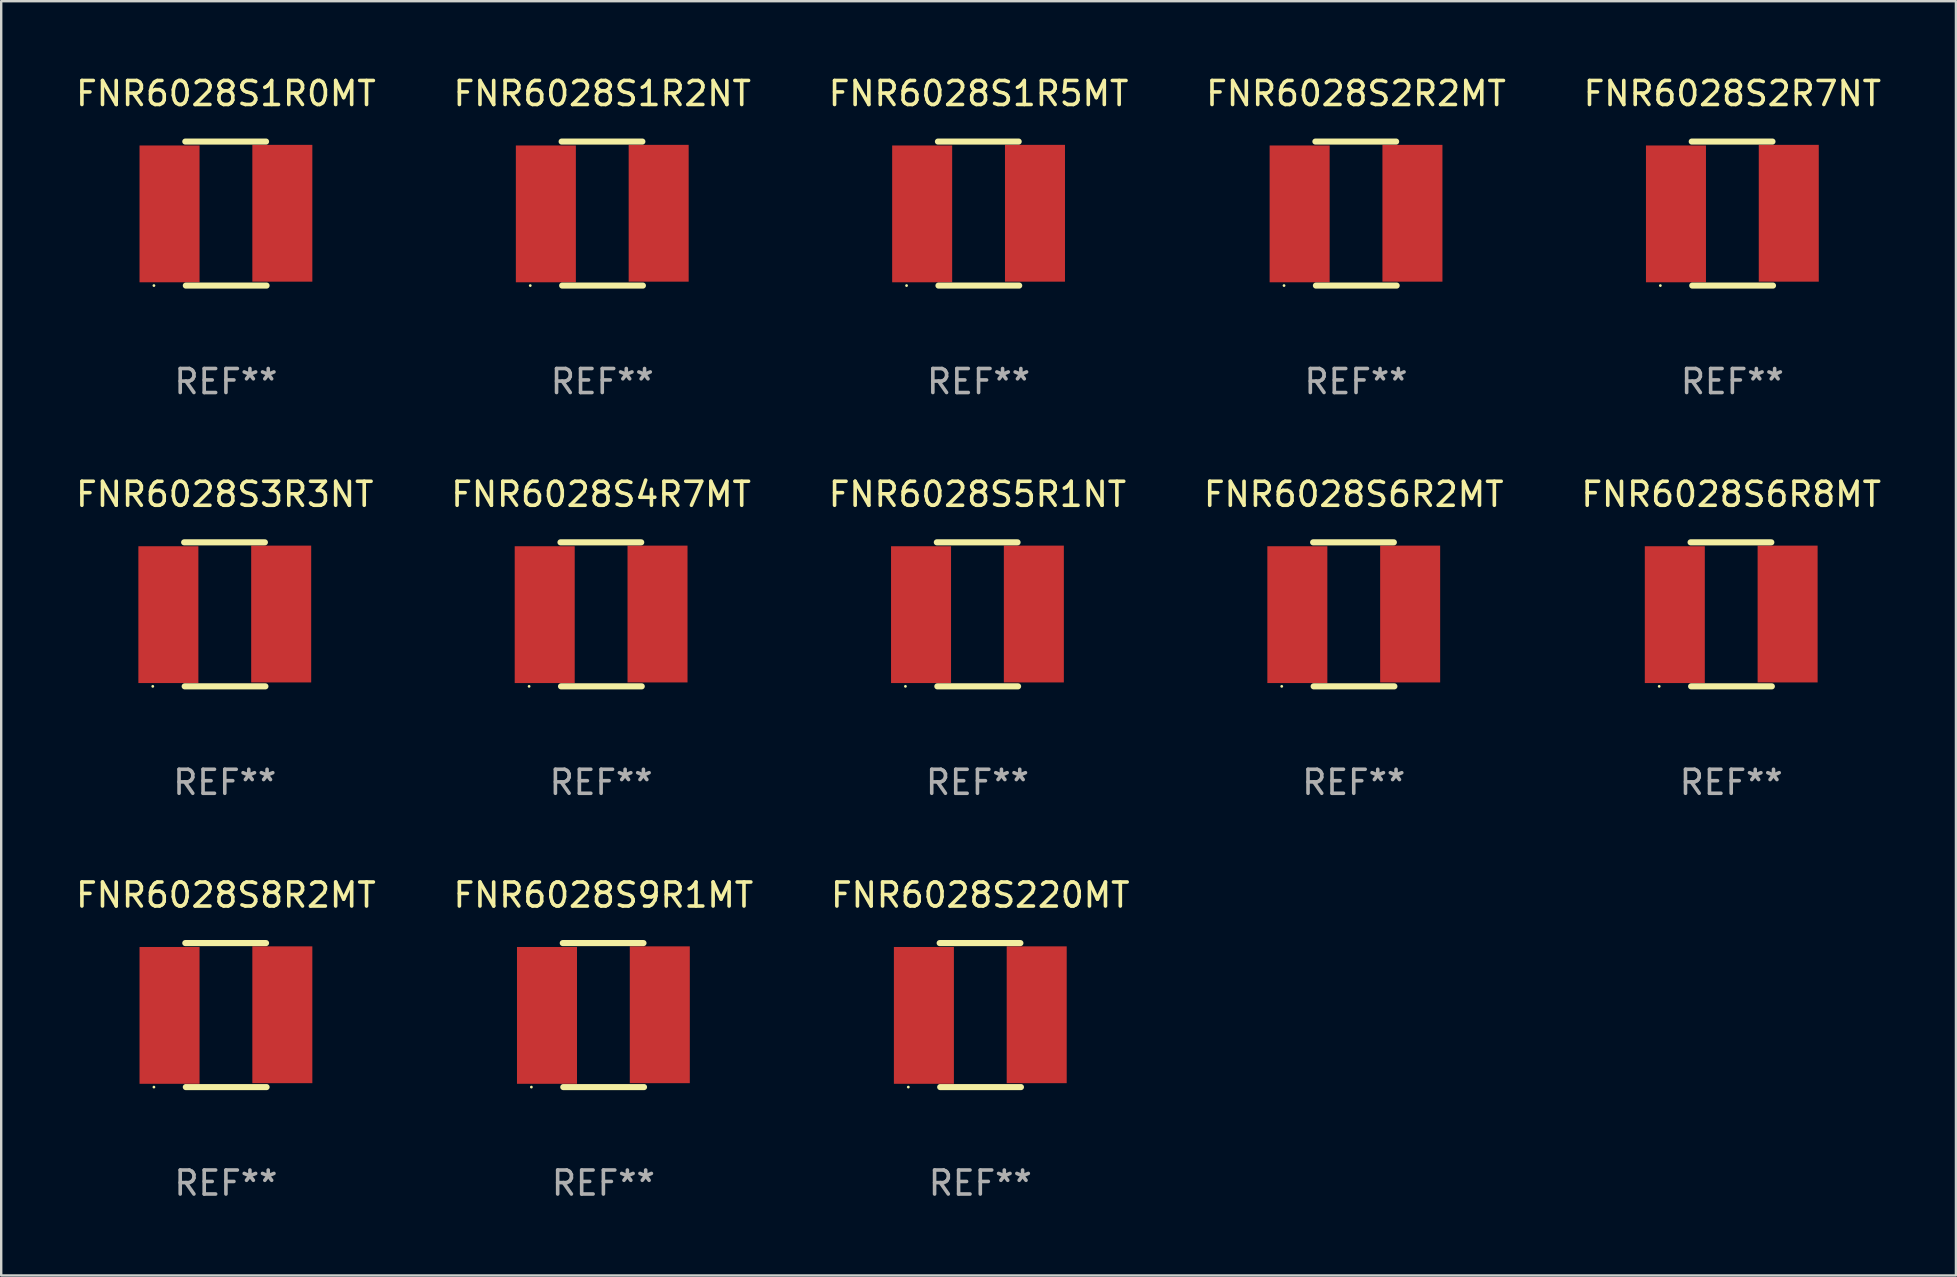
<source format=kicad_pcb>
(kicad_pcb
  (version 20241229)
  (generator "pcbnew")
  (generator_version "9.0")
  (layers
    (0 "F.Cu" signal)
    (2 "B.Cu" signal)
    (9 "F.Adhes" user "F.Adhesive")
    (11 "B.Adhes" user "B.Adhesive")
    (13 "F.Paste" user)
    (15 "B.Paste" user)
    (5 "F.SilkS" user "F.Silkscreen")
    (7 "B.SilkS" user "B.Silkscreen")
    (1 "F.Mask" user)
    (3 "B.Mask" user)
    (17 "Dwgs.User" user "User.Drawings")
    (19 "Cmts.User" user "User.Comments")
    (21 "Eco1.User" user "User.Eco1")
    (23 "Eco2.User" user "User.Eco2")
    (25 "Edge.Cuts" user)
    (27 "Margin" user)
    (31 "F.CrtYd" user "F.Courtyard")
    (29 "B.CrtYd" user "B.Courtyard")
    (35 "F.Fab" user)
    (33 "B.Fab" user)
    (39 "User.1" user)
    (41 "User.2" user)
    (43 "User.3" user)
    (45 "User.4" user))
  (footprint "FNR6028S6R8MT"
    (layer "F.Cu")
    (at 69.077 22.545)
    (property "Reference" "FNR6028S6R8MT" (at 0 -5 0) (layer "F.SilkS") (effects (font (size 1 1) (thickness 0.15))))
    (attr through_hole)
    (fp_line (start -1.693 -3) (end 1.671 -3) (stroke (width 0.254) (type solid)) (layer "F.SilkS"))
    (fp_line (start -1.671 3) (end 1.693 3) (stroke (width 0.254) (type solid)) (layer "F.SilkS"))
    (fp_circle (center -3 3) (end -2.97 3) (stroke (width 0.06) (type solid)) (fill no) (layer "F.SilkS"))
    (fp_text user "REF**" (at 0 7 0) (layer "F.Fab") (effects (font (size 1 1) (thickness 0.15))))
    (pad "1" smd rect (at -2.35 0.013) (size 2.5 5.7) (layers "F.Cu" "F.Mask" "F.Paste"))
    (pad "2" smd rect (at 2.35 -0.013) (size 2.5 5.7) (layers "F.Cu" "F.Mask" "F.Paste")))
  (footprint "FNR6028S6R2MT"
    (layer "F.Cu")
    (at 53.351 22.545)
    (property "Reference" "FNR6028S6R2MT" (at 0 -5 0) (layer "F.SilkS") (effects (font (size 1 1) (thickness 0.15))))
    (attr through_hole)
    (fp_line (start -1.693 -3) (end 1.671 -3) (stroke (width 0.254) (type solid)) (layer "F.SilkS"))
    (fp_line (start -1.671 3) (end 1.693 3) (stroke (width 0.254) (type solid)) (layer "F.SilkS"))
    (fp_circle (center -3 3) (end -2.97 3) (stroke (width 0.06) (type solid)) (fill no) (layer "F.SilkS"))
    (fp_text user "REF**" (at 0 7 0) (layer "F.Fab") (effects (font (size 1 1) (thickness 0.15))))
    (pad "1" smd rect (at -2.35 0.013) (size 2.5 5.7) (layers "F.Cu" "F.Mask" "F.Paste"))
    (pad "2" smd rect (at 2.35 -0.013) (size 2.5 5.7) (layers "F.Cu" "F.Mask" "F.Paste")))
  (footprint "FNR6028S1R5MT"
    (layer "F.Cu")
    (at 37.72 5.848)
    (property "Reference" "FNR6028S1R5MT" (at 0 -5 0) (layer "F.SilkS") (effects (font (size 1 1) (thickness 0.15))))
    (attr through_hole)
    (fp_line (start -1.693 -3) (end 1.671 -3) (stroke (width 0.254) (type solid)) (layer "F.SilkS"))
    (fp_line (start -1.671 3) (end 1.693 3) (stroke (width 0.254) (type solid)) (layer "F.SilkS"))
    (fp_circle (center -3 3) (end -2.97 3) (stroke (width 0.06) (type solid)) (fill no) (layer "F.SilkS"))
    (fp_text user "REF**" (at 0 7 0) (layer "F.Fab") (effects (font (size 1 1) (thickness 0.15))))
    (pad "1" smd rect (at -2.35 0.013) (size 2.5 5.7) (layers "F.Cu" "F.Mask" "F.Paste"))
    (pad "2" smd rect (at 2.35 -0.013) (size 2.5 5.7) (layers "F.Cu" "F.Mask" "F.Paste")))
  (footprint "FNR6028S1R2NT"
    (layer "F.Cu")
    (at 22.042 5.848)
    (property "Reference" "FNR6028S1R2NT" (at 0 -5 0) (layer "F.SilkS") (effects (font (size 1 1) (thickness 0.15))))
    (attr through_hole)
    (fp_line (start -1.693 -3) (end 1.671 -3) (stroke (width 0.254) (type solid)) (layer "F.SilkS"))
    (fp_line (start -1.671 3) (end 1.693 3) (stroke (width 0.254) (type solid)) (layer "F.SilkS"))
    (fp_circle (center -3 3) (end -2.97 3) (stroke (width 0.06) (type solid)) (fill no) (layer "F.SilkS"))
    (fp_text user "REF**" (at 0 7 0) (layer "F.Fab") (effects (font (size 1 1) (thickness 0.15))))
    (pad "1" smd rect (at -2.35 0.013) (size 2.5 5.7) (layers "F.Cu" "F.Mask" "F.Paste"))
    (pad "2" smd rect (at 2.35 -0.013) (size 2.5 5.7) (layers "F.Cu" "F.Mask" "F.Paste")))
  (footprint "FNR6028S5R1NT"
    (layer "F.Cu")
    (at 37.673 22.545)
    (property "Reference" "FNR6028S5R1NT" (at 0 -5 0) (layer "F.SilkS") (effects (font (size 1 1) (thickness 0.15))))
    (attr through_hole)
    (fp_line (start -1.693 -3) (end 1.671 -3) (stroke (width 0.254) (type solid)) (layer "F.SilkS"))
    (fp_line (start -1.671 3) (end 1.693 3) (stroke (width 0.254) (type solid)) (layer "F.SilkS"))
    (fp_circle (center -3 3) (end -2.97 3) (stroke (width 0.06) (type solid)) (fill no) (layer "F.SilkS"))
    (fp_text user "REF**" (at 0 7 0) (layer "F.Fab") (effects (font (size 1 1) (thickness 0.15))))
    (pad "1" smd rect (at -2.35 0.013) (size 2.5 5.7) (layers "F.Cu" "F.Mask" "F.Paste"))
    (pad "2" smd rect (at 2.35 -0.013) (size 2.5 5.7) (layers "F.Cu" "F.Mask" "F.Paste")))
  (footprint "FNR6028S9R1MT"
    (layer "F.Cu")
    (at 22.089 39.241)
    (property "Reference" "FNR6028S9R1MT" (at 0 -5 0) (layer "F.SilkS") (effects (font (size 1 1) (thickness 0.15))))
    (attr through_hole)
    (fp_line (start -1.693 -3) (end 1.671 -3) (stroke (width 0.254) (type solid)) (layer "F.SilkS"))
    (fp_line (start -1.671 3) (end 1.693 3) (stroke (width 0.254) (type solid)) (layer "F.SilkS"))
    (fp_circle (center -3 3) (end -2.97 3) (stroke (width 0.06) (type solid)) (fill no) (layer "F.SilkS"))
    (fp_text user "REF**" (at 0 7 0) (layer "F.Fab") (effects (font (size 1 1) (thickness 0.15))))
    (pad "1" smd rect (at -2.35 0.013) (size 2.5 5.7) (layers "F.Cu" "F.Mask" "F.Paste"))
    (pad "2" smd rect (at 2.35 -0.013) (size 2.5 5.7) (layers "F.Cu" "F.Mask" "F.Paste")))
  (footprint "FNR6028S8R2MT"
    (layer "F.Cu")
    (at 6.363 39.241)
    (property "Reference" "FNR6028S8R2MT" (at 0 -5 0) (layer "F.SilkS") (effects (font (size 1 1) (thickness 0.15))))
    (attr through_hole)
    (fp_line (start -1.693 -3) (end 1.671 -3) (stroke (width 0.254) (type solid)) (layer "F.SilkS"))
    (fp_line (start -1.671 3) (end 1.693 3) (stroke (width 0.254) (type solid)) (layer "F.SilkS"))
    (fp_circle (center -3 3) (end -2.97 3) (stroke (width 0.06) (type solid)) (fill no) (layer "F.SilkS"))
    (fp_text user "REF**" (at 0 7 0) (layer "F.Fab") (effects (font (size 1 1) (thickness 0.15))))
    (pad "1" smd rect (at -2.35 0.013) (size 2.5 5.7) (layers "F.Cu" "F.Mask" "F.Paste"))
    (pad "2" smd rect (at 2.35 -0.013) (size 2.5 5.7) (layers "F.Cu" "F.Mask" "F.Paste")))
  (footprint "FNR6028S1R0MT"
    (layer "F.Cu")
    (at 6.363 5.848)
    (property "Reference" "FNR6028S1R0MT" (at 0 -5 0) (layer "F.SilkS") (effects (font (size 1 1) (thickness 0.15))))
    (attr through_hole)
    (fp_line (start -1.693 -3) (end 1.671 -3) (stroke (width 0.254) (type solid)) (layer "F.SilkS"))
    (fp_line (start -1.671 3) (end 1.693 3) (stroke (width 0.254) (type solid)) (layer "F.SilkS"))
    (fp_circle (center -3 3) (end -2.97 3) (stroke (width 0.06) (type solid)) (fill no) (layer "F.SilkS"))
    (fp_text user "REF**" (at 0 7 0) (layer "F.Fab") (effects (font (size 1 1) (thickness 0.15))))
    (pad "1" smd rect (at -2.35 0.013) (size 2.5 5.7) (layers "F.Cu" "F.Mask" "F.Paste"))
    (pad "2" smd rect (at 2.35 -0.013) (size 2.5 5.7) (layers "F.Cu" "F.Mask" "F.Paste")))
  (footprint "FNR6028S3R3NT"
    (layer "F.Cu")
    (at 6.315 22.545)
    (property "Reference" "FNR6028S3R3NT" (at 0 -5 0) (layer "F.SilkS") (effects (font (size 1 1) (thickness 0.15))))
    (attr through_hole)
    (fp_line (start -1.693 -3) (end 1.671 -3) (stroke (width 0.254) (type solid)) (layer "F.SilkS"))
    (fp_line (start -1.671 3) (end 1.693 3) (stroke (width 0.254) (type solid)) (layer "F.SilkS"))
    (fp_circle (center -3 3) (end -2.97 3) (stroke (width 0.06) (type solid)) (fill no) (layer "F.SilkS"))
    (fp_text user "REF**" (at 0 7 0) (layer "F.Fab") (effects (font (size 1 1) (thickness 0.15))))
    (pad "1" smd rect (at -2.35 0.013) (size 2.5 5.7) (layers "F.Cu" "F.Mask" "F.Paste"))
    (pad "2" smd rect (at 2.35 -0.013) (size 2.5 5.7) (layers "F.Cu" "F.Mask" "F.Paste")))
  (footprint "FNR6028S2R7NT"
    (layer "F.Cu")
    (at 69.125 5.848)
    (property "Reference" "FNR6028S2R7NT" (at 0 -5 0) (layer "F.SilkS") (effects (font (size 1 1) (thickness 0.15))))
    (attr through_hole)
    (fp_line (start -1.693 -3) (end 1.671 -3) (stroke (width 0.254) (type solid)) (layer "F.SilkS"))
    (fp_line (start -1.671 3) (end 1.693 3) (stroke (width 0.254) (type solid)) (layer "F.SilkS"))
    (fp_circle (center -3 3) (end -2.97 3) (stroke (width 0.06) (type solid)) (fill no) (layer "F.SilkS"))
    (fp_text user "REF**" (at 0 7 0) (layer "F.Fab") (effects (font (size 1 1) (thickness 0.15))))
    (pad "1" smd rect (at -2.35 0.013) (size 2.5 5.7) (layers "F.Cu" "F.Mask" "F.Paste"))
    (pad "2" smd rect (at 2.35 -0.013) (size 2.5 5.7) (layers "F.Cu" "F.Mask" "F.Paste")))
  (footprint "FNR6028S220MT"
    (layer "F.Cu")
    (at 37.792 39.241)
    (property "Reference" "FNR6028S220MT" (at 0 -5 0) (layer "F.SilkS") (effects (font (size 1 1) (thickness 0.15))))
    (attr through_hole)
    (fp_line (start -1.693 -3) (end 1.671 -3) (stroke (width 0.254) (type solid)) (layer "F.SilkS"))
    (fp_line (start -1.671 3) (end 1.693 3) (stroke (width 0.254) (type solid)) (layer "F.SilkS"))
    (fp_circle (center -3 3) (end -2.97 3) (stroke (width 0.06) (type solid)) (fill no) (layer "F.SilkS"))
    (fp_text user "REF**" (at 0 7 0) (layer "F.Fab") (effects (font (size 1 1) (thickness 0.15))))
    (pad "1" smd rect (at -2.35 0.013) (size 2.5 5.7) (layers "F.Cu" "F.Mask" "F.Paste"))
    (pad "2" smd rect (at 2.35 -0.013) (size 2.5 5.7) (layers "F.Cu" "F.Mask" "F.Paste")))
  (footprint "FNR6028S4R7MT"
    (layer "F.Cu")
    (at 21.994 22.545)
    (property "Reference" "FNR6028S4R7MT" (at 0 -5 0) (layer "F.SilkS") (effects (font (size 1 1) (thickness 0.15))))
    (attr through_hole)
    (fp_line (start -1.693 -3) (end 1.671 -3) (stroke (width 0.254) (type solid)) (layer "F.SilkS"))
    (fp_line (start -1.671 3) (end 1.693 3) (stroke (width 0.254) (type solid)) (layer "F.SilkS"))
    (fp_circle (center -3 3) (end -2.97 3) (stroke (width 0.06) (type solid)) (fill no) (layer "F.SilkS"))
    (fp_text user "REF**" (at 0 7 0) (layer "F.Fab") (effects (font (size 1 1) (thickness 0.15))))
    (pad "1" smd rect (at -2.35 0.013) (size 2.5 5.7) (layers "F.Cu" "F.Mask" "F.Paste"))
    (pad "2" smd rect (at 2.35 -0.013) (size 2.5 5.7) (layers "F.Cu" "F.Mask" "F.Paste")))
  (footprint "FNR6028S2R2MT"
    (layer "F.Cu")
    (at 53.446 5.848)
    (property "Reference" "FNR6028S2R2MT" (at 0 -5 0) (layer "F.SilkS") (effects (font (size 1 1) (thickness 0.15))))
    (attr through_hole)
    (fp_line (start -1.693 -3) (end 1.671 -3) (stroke (width 0.254) (type solid)) (layer "F.SilkS"))
    (fp_line (start -1.671 3) (end 1.693 3) (stroke (width 0.254) (type solid)) (layer "F.SilkS"))
    (fp_circle (center -3 3) (end -2.97 3) (stroke (width 0.06) (type solid)) (fill no) (layer "F.SilkS"))
    (fp_text user "REF**" (at 0 7 0) (layer "F.Fab") (effects (font (size 1 1) (thickness 0.15))))
    (pad "1" smd rect (at -2.35 0.013) (size 2.5 5.7) (layers "F.Cu" "F.Mask" "F.Paste"))
    (pad "2" smd rect (at 2.35 -0.013) (size 2.5 5.7) (layers "F.Cu" "F.Mask" "F.Paste")))
  (gr_rect
    (start -3 -3)
    (end 78.44 50.09)
    (stroke (width 0.1) (type default))
    (fill no)
    (layer "Edge.Cuts")))
</source>
